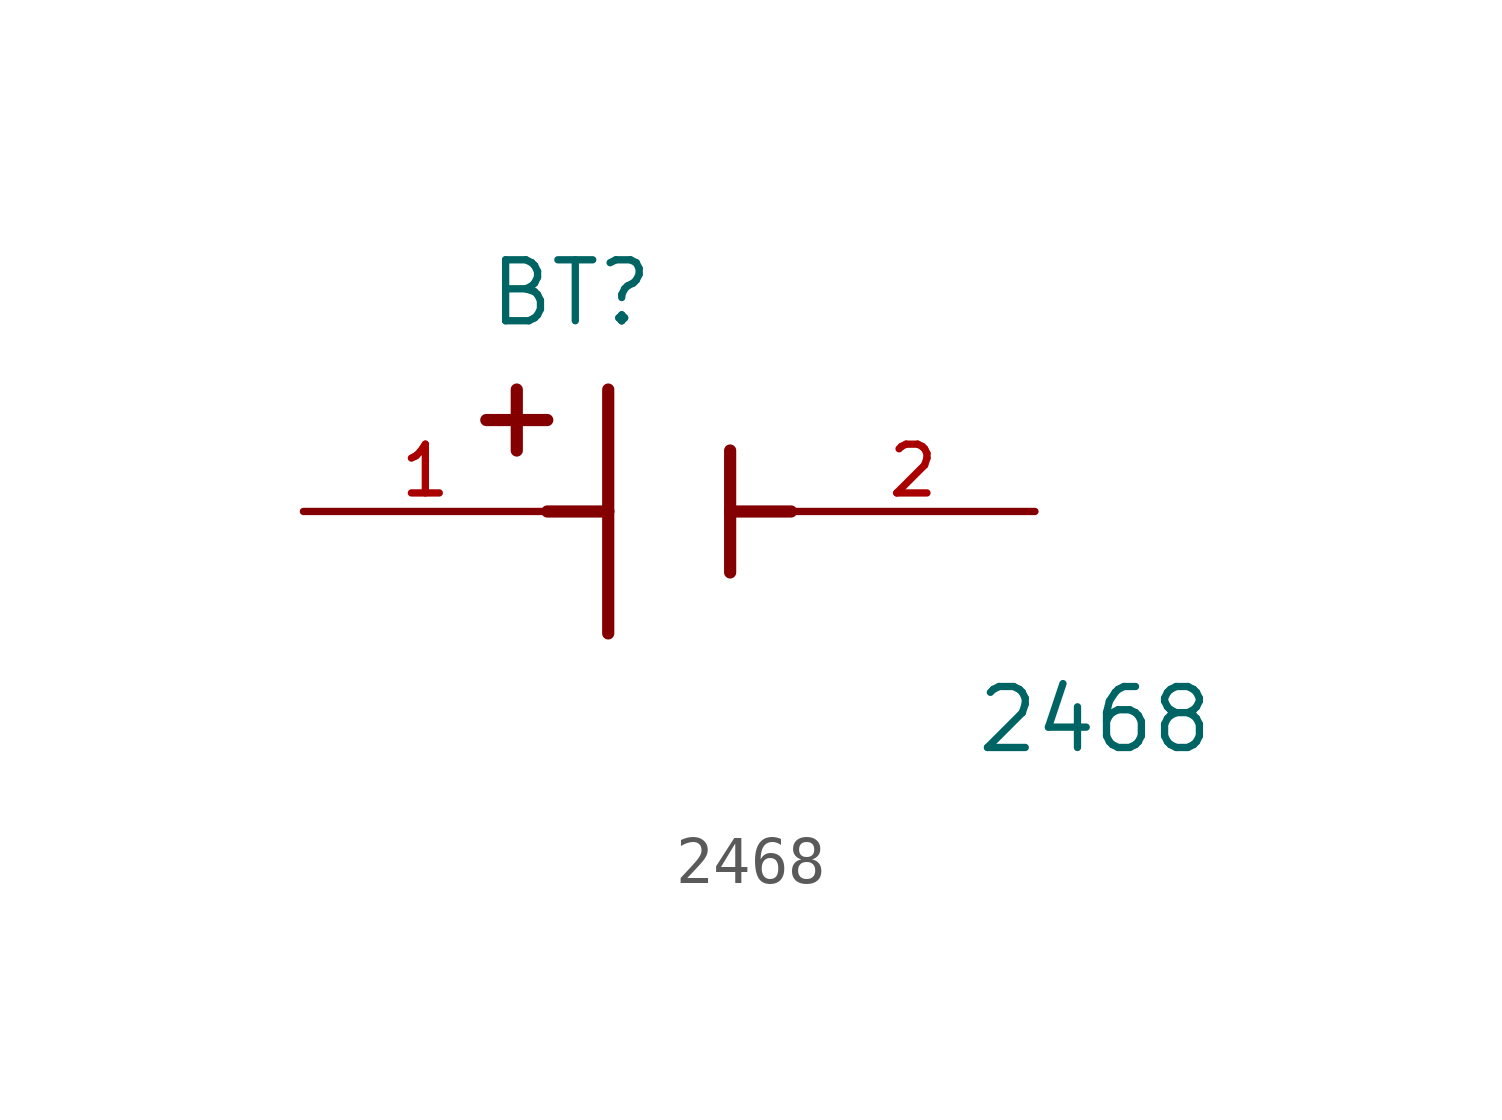
<source format=kicad_sym>
(kicad_symbol_lib
  (version 20220914)
  (generator kicad_symbol_editor)
  (symbol "2468"
    (pin_names
      (offset 1.016))
    (property "Reference" "BT"
      (at -3.81 3.81 0)
      (effects (font (size 1.27 1.27)) (justify left bottom)))
    (property "Value" "2468"
      (at 6.35 -5.08 0)
      (effects (font (size 1.27 1.27)) (justify left bottom)))
    (symbol "2468_0_0"
      (polyline (pts (xy -3.81 1.905) (xy -2.54 1.905)) (stroke (width 0.254) (type default)) (fill (type none)))
      (polyline (pts (xy -3.175 2.54) (xy -3.175 1.27)) (stroke (width 0.254) (type default)) (fill (type none)))
      (polyline (pts (xy -1.27 0) (xy -2.54 0)) (stroke (width 0.254) (type default)) (fill (type none)))
      (polyline (pts (xy -1.27 0) (xy -1.27 -2.54)) (stroke (width 0.254) (type default)) (fill (type none)))
      (polyline (pts (xy -1.27 2.54) (xy -1.27 0)) (stroke (width 0.254) (type default)) (fill (type none)))
      (polyline (pts (xy 1.27 0) (xy 1.27 -1.27)) (stroke (width 0.254) (type default)) (fill (type none)))
      (polyline (pts (xy 1.27 0) (xy 2.54 0)) (stroke (width 0.254) (type default)) (fill (type none)))
      (polyline (pts (xy 1.27 1.27) (xy 1.27 0)) (stroke (width 0.254) (type default)) (fill (type none))))
    (symbol "2468_1_0"
      (pin power_in line (at -7.62 0 0) (length 5.08) (name "~" (effects (font (size 1.016 1.016)))) (number "1" (effects (font (size 1.016 1.016)))))
      (pin power_in line (at 7.62 0 180) (length 5.08) (name "~" (effects (font (size 1.016 1.016)))) (number "2" (effects (font (size 1.016 1.016))))))))
</source>
